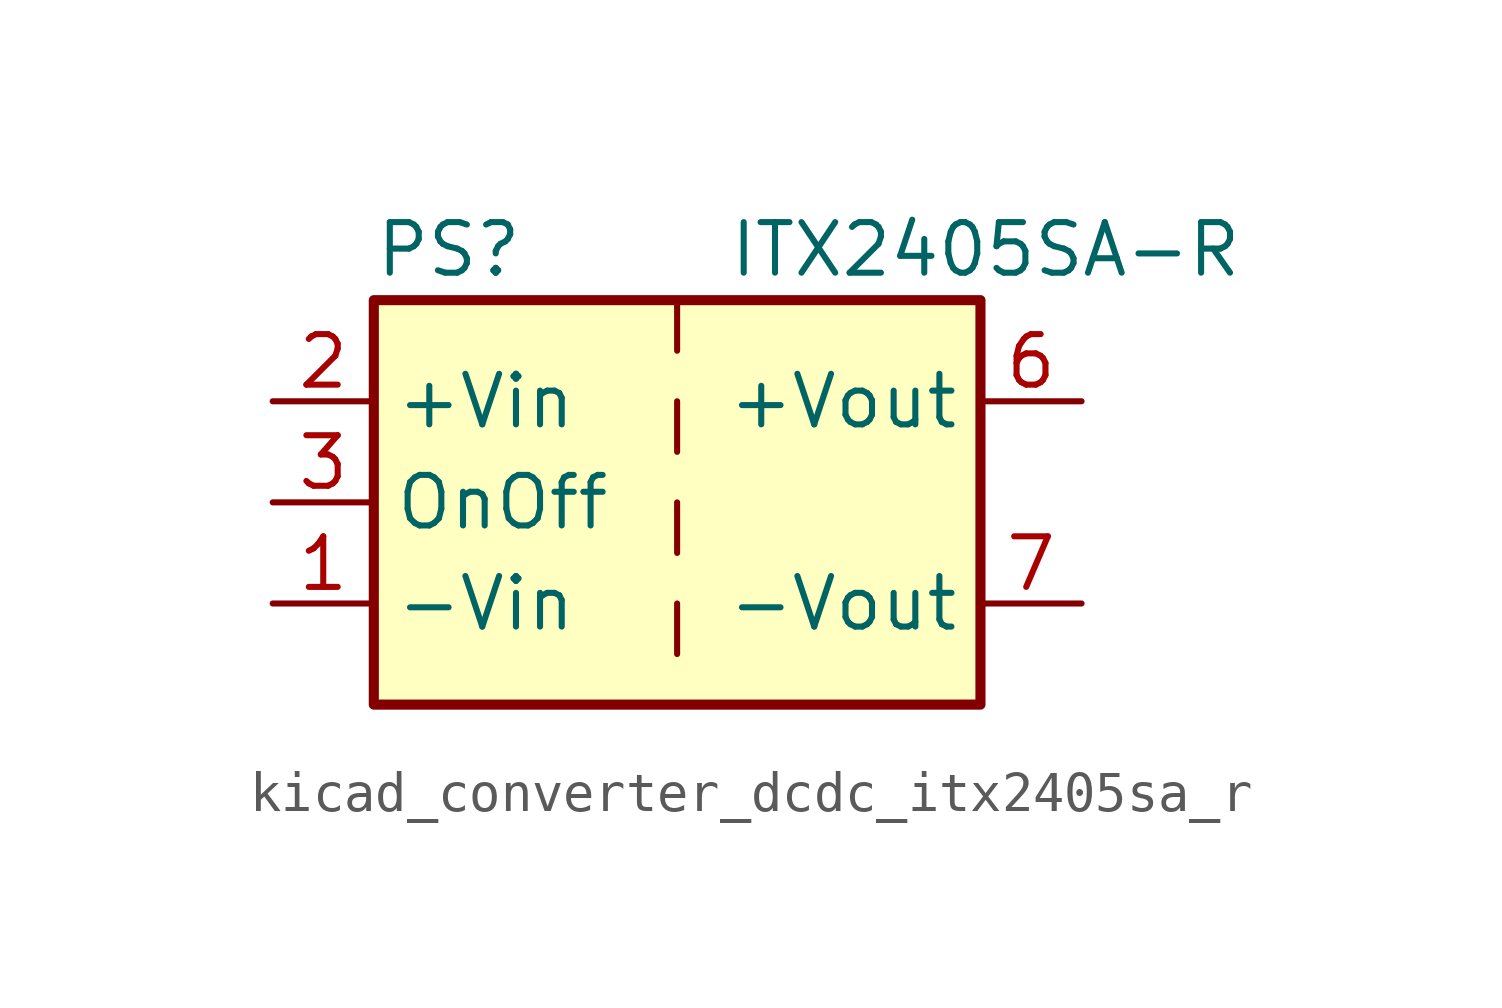
<source format=kicad_sym>
(kicad_symbol_lib
  (version 20220914)
  (generator kicad_symbol_editor)
  (symbol "kicad_converter_dcdc_itx2405sa_r"
    (property "Reference" "PS"
      (at -7.62 6.35 0)
      (effects (font (size 1.27 1.27)) (justify left)))
    (property "Value" "ITX2405SA-R"
      (at 1.27 6.35 0)
      (effects (font (size 1.27 1.27)) (justify left)))
    (symbol "kicad_converter_dcdc_itx2405sa_r_0_0"
      (pin power_in line (at -10.16 -2.54 0) (length 2.54) (name "-Vin" (effects (font (size 1.27 1.27)))) (number "1" (effects (font (size 1.27 1.27)))))
      (pin power_in line (at -10.16 2.54 0) (length 2.54) (name "+Vin" (effects (font (size 1.27 1.27)))) (number "2" (effects (font (size 1.27 1.27)))))
      (pin input line (at -10.16 0 0) (length 2.54) (name "OnOff" (effects (font (size 1.27 1.27)))) (number "3" (effects (font (size 1.27 1.27)))))
      (pin no_connect line (at 0 5.08 270) (length 2.54) hide (name "NC" (effects (font (size 1.27 1.27)))) (number "5" (effects (font (size 1.27 1.27)))))
      (pin power_out line (at 10.16 2.54 180) (length 2.54) (name "+Vout" (effects (font (size 1.27 1.27)))) (number "6" (effects (font (size 1.27 1.27)))))
      (pin power_out line (at 10.16 -2.54 180) (length 2.54) (name "-Vout" (effects (font (size 1.27 1.27)))) (number "7" (effects (font (size 1.27 1.27)))))
      (pin no_connect line (at 7.62 0 180) (length 2.54) hide (name "NC" (effects (font (size 1.27 1.27)))) (number "8" (effects (font (size 1.27 1.27))))))
    (symbol "kicad_converter_dcdc_itx2405sa_r_0_1"
      (rectangle (start -7.62 5.08) (end 7.62 -5.08) (stroke (width 0.254) (type default)) (fill (type background)))
      (polyline (pts (xy 0 -2.54) (xy 0 -3.81)) (stroke (width 0) (type default)) (fill (type none)))
      (polyline (pts (xy 0 0) (xy 0 -1.27)) (stroke (width 0) (type default)) (fill (type none)))
      (polyline (pts (xy 0 2.54) (xy 0 1.27)) (stroke (width 0) (type default)) (fill (type none)))
      (polyline (pts (xy 0 5.08) (xy 0 3.81)) (stroke (width 0) (type default)) (fill (type none))))))
</source>
